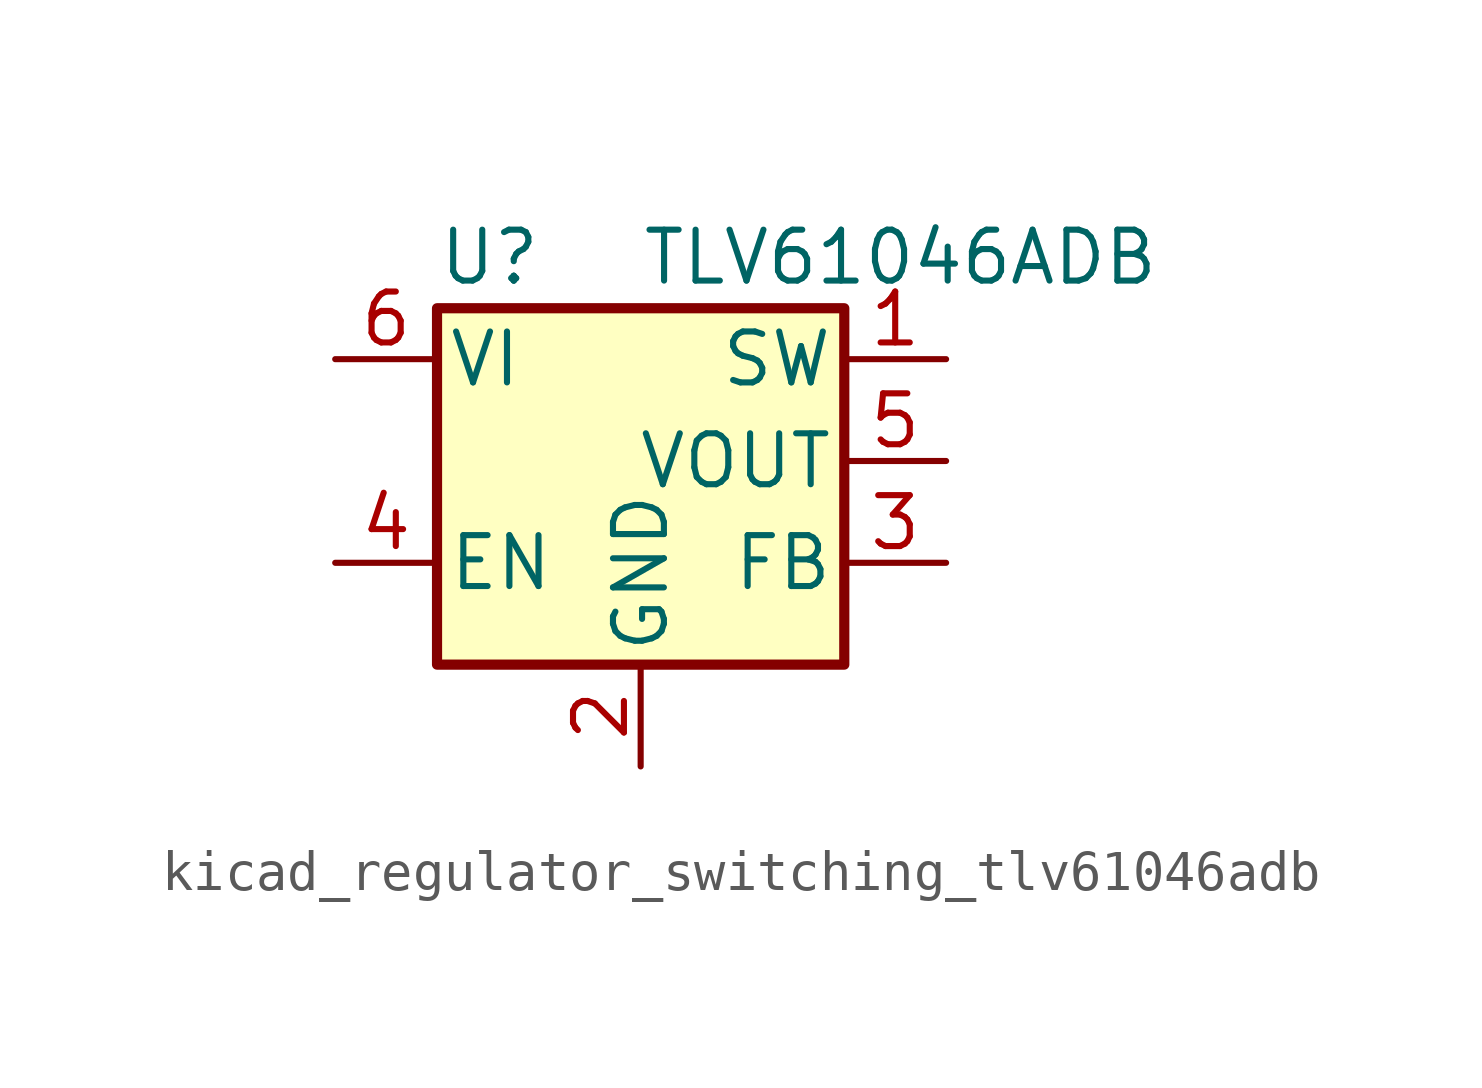
<source format=kicad_sym>
(kicad_symbol_lib
  (version 20220914)
  (generator kicad_symbol_editor)
  (symbol "kicad_regulator_switching_tlv61046adb"
    (pin_names
      (offset 0.254))
    (property "Reference" "U"
      (at -5.08 7.62 0)
      (effects (font (size 1.27 1.27)) (justify left)))
    (property "Value" "TLV61046ADB"
      (at 0 7.62 0)
      (effects (font (size 1.27 1.27)) (justify left)))
    (symbol "kicad_regulator_switching_tlv61046adb_0_1"
      (rectangle (start -5.08 6.35) (end 5.08 -2.54) (stroke (width 0.254) (type default)) (fill (type background))))
    (symbol "kicad_regulator_switching_tlv61046adb_1_1"
      (pin power_in line (at 7.62 5.08 180) (length 2.54) (name "SW" (effects (font (size 1.27 1.27)))) (number "1" (effects (font (size 1.27 1.27)))))
      (pin power_in line (at 0 -5.08 90) (length 2.54) (name "GND" (effects (font (size 1.27 1.27)))) (number "2" (effects (font (size 1.27 1.27)))))
      (pin input line (at 7.62 0 180) (length 2.54) (name "FB" (effects (font (size 1.27 1.27)))) (number "3" (effects (font (size 1.27 1.27)))))
      (pin input line (at -7.62 0 0) (length 2.54) (name "EN" (effects (font (size 1.27 1.27)))) (number "4" (effects (font (size 1.27 1.27)))))
      (pin power_out line (at 7.62 2.54 180) (length 2.54) (name "VOUT" (effects (font (size 1.27 1.27)))) (number "5" (effects (font (size 1.27 1.27)))))
      (pin power_in line (at -7.62 5.08 0) (length 2.54) (name "VI" (effects (font (size 1.27 1.27)))) (number "6" (effects (font (size 1.27 1.27))))))))
</source>
